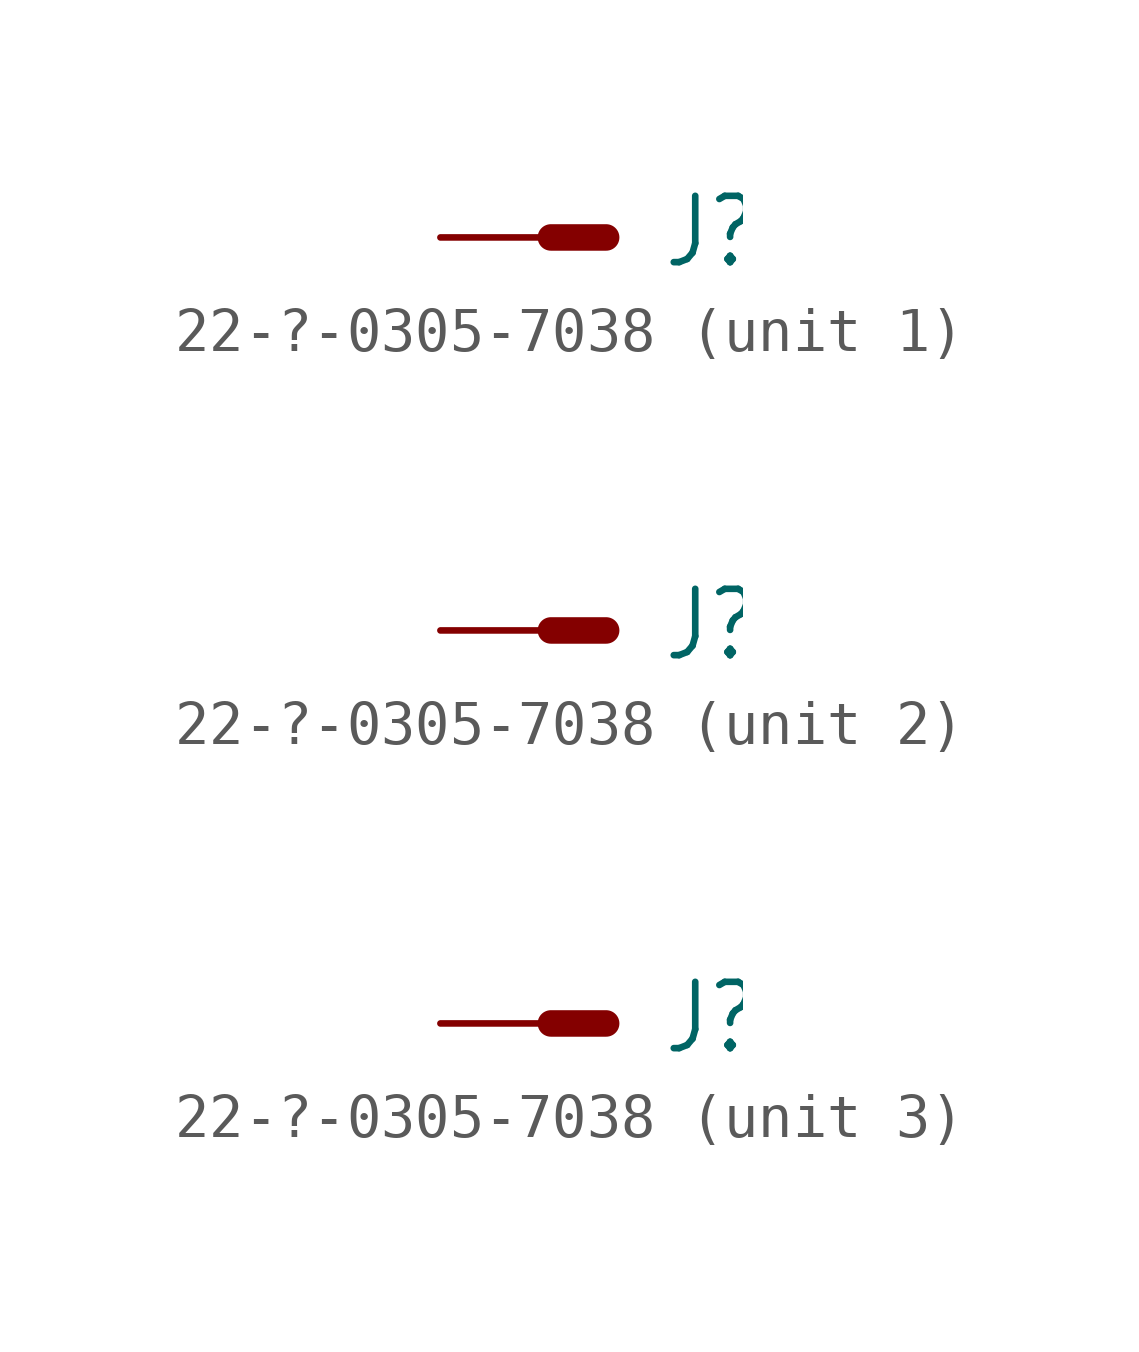
<source format=kicad_sym>
(kicad_symbol_lib
  (version 20211014)
  (generator kicad_symbol_editor)
  (symbol "22-?-0305-7038"
    (property "Reference" "J"
      (at 2.54 -0.762 0)
      (effects (font (size 1.524 1.295)) (justify left bottom)))
    (property "ki_locked" ""
      (at 0 0 0)
      (effects (font (size 1.27 1.27))))
    (symbol "22-?-0305-7038_1_0"
      (polyline (pts (xy 1.27 0) (xy 0 0)) (stroke (width 0.61) (type default) (color 0 0 0 0)) (fill (type none)))
      (pin passive line (at -2.54 0 0) (length 2.54) (name "S" (effects (font (size 0 0)))) (number "1" (effects (font (size 0 0))))))
    (symbol "22-?-0305-7038_2_0"
      (polyline (pts (xy 1.27 0) (xy 0 0)) (stroke (width 0.61) (type default) (color 0 0 0 0)) (fill (type none)))
      (pin passive line (at -2.54 0 0) (length 2.54) (name "S" (effects (font (size 0 0)))) (number "2" (effects (font (size 0 0))))))
    (symbol "22-?-0305-7038_3_0"
      (polyline (pts (xy 1.27 0) (xy 0 0)) (stroke (width 0.61) (type default) (color 0 0 0 0)) (fill (type none)))
      (pin passive line (at -2.54 0 0) (length 2.54) (name "S" (effects (font (size 0 0)))) (number "3" (effects (font (size 0 0))))))))
</source>
